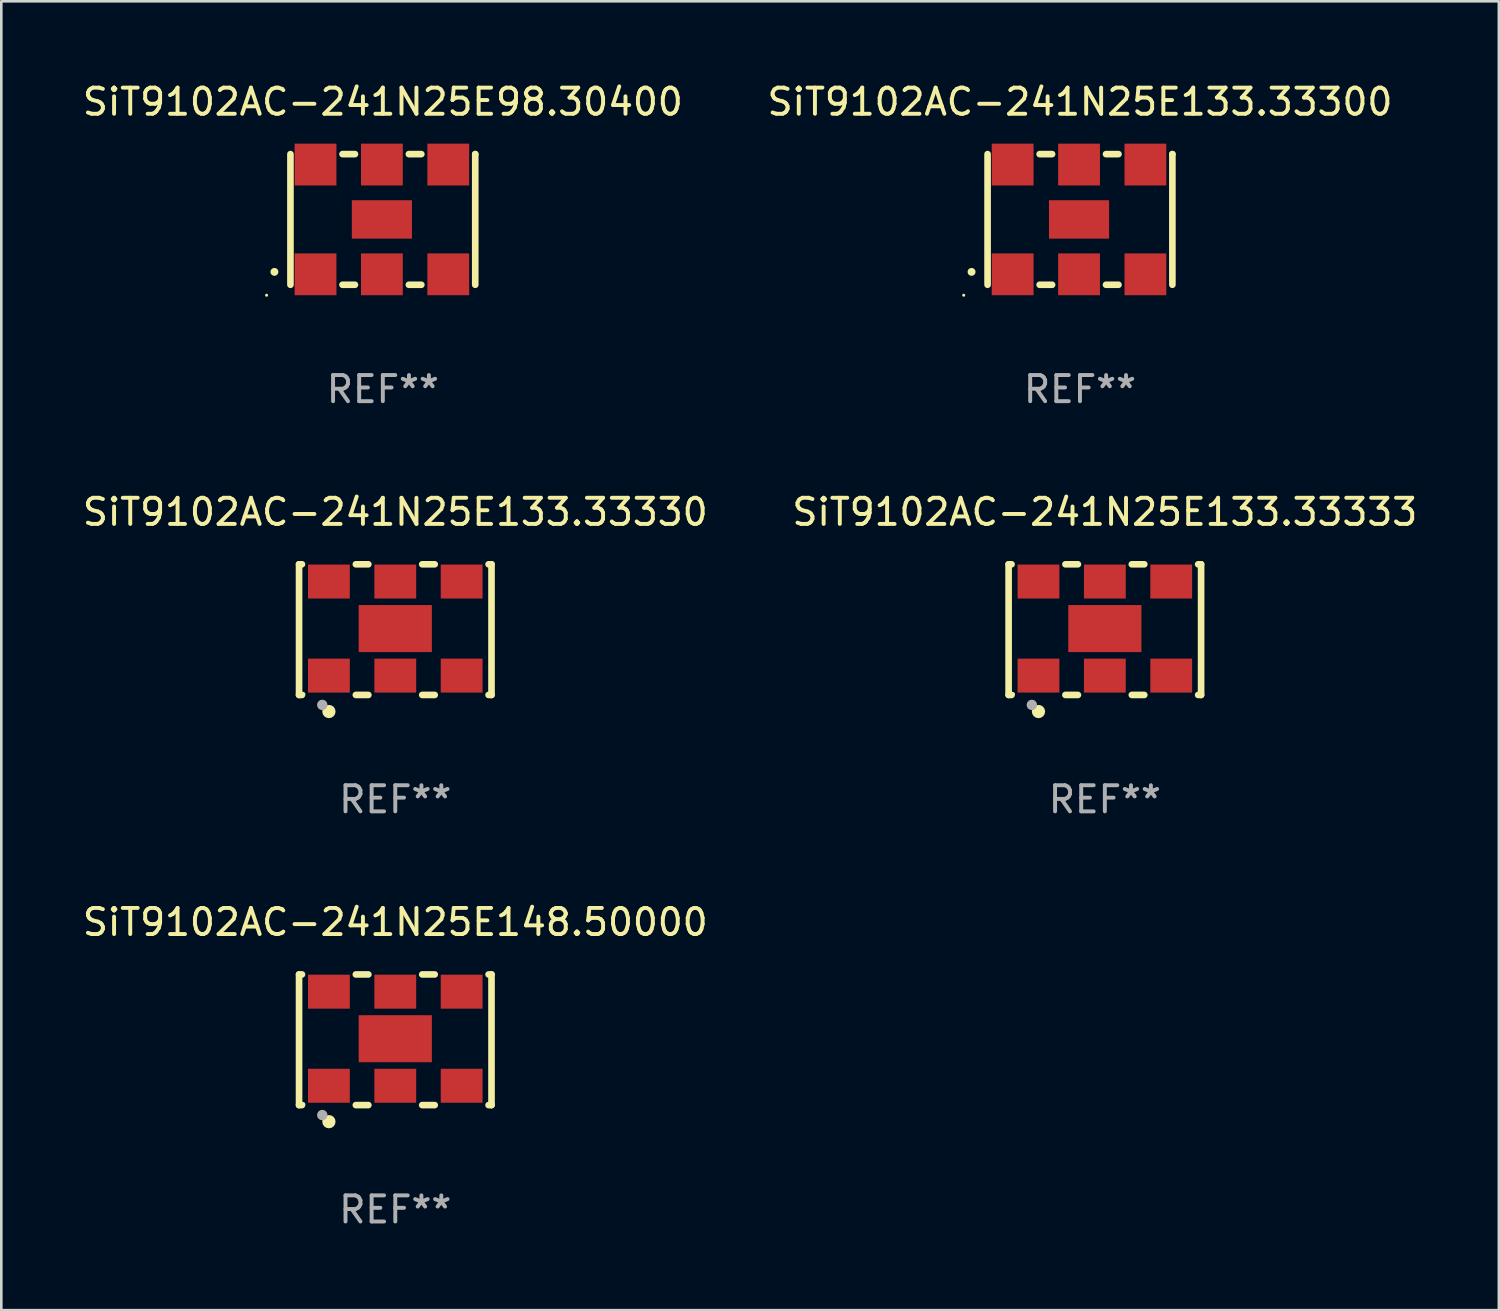
<source format=kicad_pcb>
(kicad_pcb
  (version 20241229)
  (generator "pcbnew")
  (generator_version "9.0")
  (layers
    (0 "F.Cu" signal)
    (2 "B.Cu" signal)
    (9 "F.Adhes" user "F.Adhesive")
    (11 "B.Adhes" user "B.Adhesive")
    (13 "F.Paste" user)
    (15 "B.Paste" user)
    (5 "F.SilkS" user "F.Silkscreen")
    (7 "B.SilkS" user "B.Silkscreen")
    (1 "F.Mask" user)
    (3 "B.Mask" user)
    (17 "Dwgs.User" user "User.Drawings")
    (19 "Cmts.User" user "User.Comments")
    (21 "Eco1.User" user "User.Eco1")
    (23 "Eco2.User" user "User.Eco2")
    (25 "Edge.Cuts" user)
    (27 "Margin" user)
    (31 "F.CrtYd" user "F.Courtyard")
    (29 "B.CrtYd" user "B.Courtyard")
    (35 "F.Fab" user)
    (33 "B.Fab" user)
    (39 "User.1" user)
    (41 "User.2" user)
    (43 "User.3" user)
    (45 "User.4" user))
  (footprint "SiT9102AC-241N25E148.50000"
    (layer "F.Cu")
    (at 12.077 36.741)
    (property "Reference" "SiT9102AC-241N25E148.50000" (at 0 -4.5 0) (layer "F.SilkS") (effects (font (size 1 1) (thickness 0.15))))
    (attr through_hole)
    (fp_line (start -3.683 -2.5) (end -3.571 -2.5) (stroke (width 0.254) (type solid)) (layer "F.SilkS"))
    (fp_line (start -3.683 2.5) (end -3.683 -2.5) (stroke (width 0.254) (type solid)) (layer "F.SilkS"))
    (fp_line (start -3.683 2.5) (end -3.571 2.5) (stroke (width 0.254) (type solid)) (layer "F.SilkS"))
    (fp_line (start -1.509 -2.5) (end -1.031 -2.5) (stroke (width 0.254) (type solid)) (layer "F.SilkS"))
    (fp_line (start -1.509 2.5) (end -1.031 2.5) (stroke (width 0.254) (type solid)) (layer "F.SilkS"))
    (fp_line (start 1.031 -2.5) (end 1.509 -2.5) (stroke (width 0.254) (type solid)) (layer "F.SilkS"))
    (fp_line (start 1.031 2.5) (end 1.509 2.5) (stroke (width 0.254) (type solid)) (layer "F.SilkS"))
    (fp_line (start 3.571 -2.5) (end 3.683 -2.5) (stroke (width 0.254) (type solid)) (layer "F.SilkS"))
    (fp_line (start 3.571 2.5) (end 3.683 2.5) (stroke (width 0.254) (type solid)) (layer "F.SilkS"))
    (fp_line (start 3.683 2.5) (end 3.683 -2.5) (stroke (width 0.254) (type solid)) (layer "F.SilkS"))
    (fp_circle (center -3.5 2.46) (end -3.47 2.46) (stroke (width 0.06) (type solid)) (fill no) (layer "F.SilkS"))
    (fp_circle (center -2.54 3.135) (end -2.413 3.135) (stroke (width 0.254) (type solid)) (fill no) (layer "F.SilkS"))
    (fp_circle (center -2.794 2.881) (end -2.694 2.881) (stroke (width 0.2) (type solid)) (fill no) (layer "F.Fab"))
    (fp_text user "REF**" (at 0 6.5 0) (layer "F.Fab") (effects (font (size 1 1) (thickness 0.15))))
    (pad "1" smd rect (at -2.54 1.76) (size 1.6 1.3) (layers "F.Cu" "F.Mask" "F.Paste"))
    (pad "2" smd rect (at 0 1.76) (size 1.6 1.3) (layers "F.Cu" "F.Mask" "F.Paste"))
    (pad "3" smd rect (at 2.54 1.76) (size 1.6 1.3) (layers "F.Cu" "F.Mask" "F.Paste"))
    (pad "4" smd rect (at 2.54 -1.84) (size 1.6 1.3) (layers "F.Cu" "F.Mask" "F.Paste"))
    (pad "5" smd rect (at 0 -1.84) (size 1.6 1.3) (layers "F.Cu" "F.Mask" "F.Paste"))
    (pad "6" smd rect (at -2.54 -1.84) (size 1.6 1.3) (layers "F.Cu" "F.Mask" "F.Paste"))
    (pad "7" smd rect (at 0 -0.04) (size 2.8 1.8) (layers "F.Cu" "F.Mask" "F.Paste")))
  (footprint "SiT9102AC-241N25E98.30400"
    (layer "F.Cu")
    (at 11.601 5.348)
    (property "Reference" "SiT9102AC-241N25E98.30400" (at 0 -4.5 0) (layer "F.SilkS") (effects (font (size 1 1) (thickness 0.15))))
    (attr through_hole)
    (fp_line (start -3.536 -2.5) (end -3.536 2.5) (stroke (width 0.254) (type solid)) (layer "F.SilkS"))
    (fp_line (start -1.544 2.5) (end -1.067 2.5) (stroke (width 0.254) (type solid)) (layer "F.SilkS"))
    (fp_line (start -1.067 -2.5) (end -1.544 -2.5) (stroke (width 0.254) (type solid)) (layer "F.SilkS"))
    (fp_line (start 0.996 2.5) (end 1.473 2.5) (stroke (width 0.254) (type solid)) (layer "F.SilkS"))
    (fp_line (start 1.473 -2.5) (end 0.996 -2.5) (stroke (width 0.254) (type solid)) (layer "F.SilkS"))
    (fp_line (start 3.536 -2.5) (end 3.536 -2.5) (stroke (width 0.254) (type solid)) (layer "F.SilkS"))
    (fp_line (start 3.536 2.5) (end 3.536 -2.5) (stroke (width 0.254) (type solid)) (layer "F.SilkS"))
    (fp_arc (start -4.150432 2.006604) (mid -4.149162 2.006599) (end -4.147892 2.006604) (stroke (width 0.3) (type solid)) (layer "F.SilkS"))
    (fp_circle (center -4.449 2.9) (end -4.419 2.9) (stroke (width 0.06) (type solid)) (fill no) (layer "F.SilkS"))
    (fp_text user "REF**" (at 0 6.5 0) (layer "F.Fab") (effects (font (size 1 1) (thickness 0.15))))
    (pad "1" smd rect (at -2.576 2.1) (size 1.6 1.6) (layers "F.Cu" "F.Mask" "F.Paste"))
    (pad "2" smd rect (at -0.036 2.1) (size 1.6 1.6) (layers "F.Cu" "F.Mask" "F.Paste"))
    (pad "3" smd rect (at 2.504 2.1) (size 1.6 1.6) (layers "F.Cu" "F.Mask" "F.Paste"))
    (pad "4" smd rect (at 2.504 -2.1) (size 1.6 1.6) (layers "F.Cu" "F.Mask" "F.Paste"))
    (pad "5" smd rect (at -0.036 -2.1) (size 1.6 1.6) (layers "F.Cu" "F.Mask" "F.Paste"))
    (pad "6" smd rect (at -2.576 -2.1) (size 1.6 1.6) (layers "F.Cu" "F.Mask" "F.Paste"))
    (pad "7" smd rect (at -0.036 0) (size 2.3 1.47) (layers "F.Cu" "F.Mask" "F.Paste")))
  (footprint "SiT9102AC-241N25E133.33333"
    (layer "F.Cu")
    (at 39.232 21.045)
    (property "Reference" "SiT9102AC-241N25E133.33333" (at 0 -4.5 0) (layer "F.SilkS") (effects (font (size 1 1) (thickness 0.15))))
    (attr through_hole)
    (fp_line (start -3.683 -2.5) (end -3.571 -2.5) (stroke (width 0.254) (type solid)) (layer "F.SilkS"))
    (fp_line (start -3.683 2.5) (end -3.683 -2.5) (stroke (width 0.254) (type solid)) (layer "F.SilkS"))
    (fp_line (start -3.683 2.5) (end -3.571 2.5) (stroke (width 0.254) (type solid)) (layer "F.SilkS"))
    (fp_line (start -1.509 -2.5) (end -1.031 -2.5) (stroke (width 0.254) (type solid)) (layer "F.SilkS"))
    (fp_line (start -1.509 2.5) (end -1.031 2.5) (stroke (width 0.254) (type solid)) (layer "F.SilkS"))
    (fp_line (start 1.031 -2.5) (end 1.509 -2.5) (stroke (width 0.254) (type solid)) (layer "F.SilkS"))
    (fp_line (start 1.031 2.5) (end 1.509 2.5) (stroke (width 0.254) (type solid)) (layer "F.SilkS"))
    (fp_line (start 3.571 -2.5) (end 3.683 -2.5) (stroke (width 0.254) (type solid)) (layer "F.SilkS"))
    (fp_line (start 3.571 2.5) (end 3.683 2.5) (stroke (width 0.254) (type solid)) (layer "F.SilkS"))
    (fp_line (start 3.683 2.5) (end 3.683 -2.5) (stroke (width 0.254) (type solid)) (layer "F.SilkS"))
    (fp_circle (center -3.5 2.46) (end -3.47 2.46) (stroke (width 0.06) (type solid)) (fill no) (layer "F.SilkS"))
    (fp_circle (center -2.54 3.135) (end -2.413 3.135) (stroke (width 0.254) (type solid)) (fill no) (layer "F.SilkS"))
    (fp_circle (center -2.794 2.881) (end -2.694 2.881) (stroke (width 0.2) (type solid)) (fill no) (layer "F.Fab"))
    (fp_text user "REF**" (at 0 6.5 0) (layer "F.Fab") (effects (font (size 1 1) (thickness 0.15))))
    (pad "1" smd rect (at -2.54 1.76) (size 1.6 1.3) (layers "F.Cu" "F.Mask" "F.Paste"))
    (pad "2" smd rect (at 0 1.76) (size 1.6 1.3) (layers "F.Cu" "F.Mask" "F.Paste"))
    (pad "3" smd rect (at 2.54 1.76) (size 1.6 1.3) (layers "F.Cu" "F.Mask" "F.Paste"))
    (pad "4" smd rect (at 2.54 -1.84) (size 1.6 1.3) (layers "F.Cu" "F.Mask" "F.Paste"))
    (pad "5" smd rect (at 0 -1.84) (size 1.6 1.3) (layers "F.Cu" "F.Mask" "F.Paste"))
    (pad "6" smd rect (at -2.54 -1.84) (size 1.6 1.3) (layers "F.Cu" "F.Mask" "F.Paste"))
    (pad "7" smd rect (at 0 -0.04) (size 2.8 1.8) (layers "F.Cu" "F.Mask" "F.Paste")))
  (footprint "SiT9102AC-241N25E133.33300"
    (layer "F.Cu")
    (at 38.28 5.348)
    (property "Reference" "SiT9102AC-241N25E133.33300" (at 0 -4.5 0) (layer "F.SilkS") (effects (font (size 1 1) (thickness 0.15))))
    (attr through_hole)
    (fp_line (start -3.536 -2.5) (end -3.536 2.5) (stroke (width 0.254) (type solid)) (layer "F.SilkS"))
    (fp_line (start -1.544 2.5) (end -1.067 2.5) (stroke (width 0.254) (type solid)) (layer "F.SilkS"))
    (fp_line (start -1.067 -2.5) (end -1.544 -2.5) (stroke (width 0.254) (type solid)) (layer "F.SilkS"))
    (fp_line (start 0.996 2.5) (end 1.473 2.5) (stroke (width 0.254) (type solid)) (layer "F.SilkS"))
    (fp_line (start 1.473 -2.5) (end 0.996 -2.5) (stroke (width 0.254) (type solid)) (layer "F.SilkS"))
    (fp_line (start 3.536 -2.5) (end 3.536 -2.5) (stroke (width 0.254) (type solid)) (layer "F.SilkS"))
    (fp_line (start 3.536 2.5) (end 3.536 -2.5) (stroke (width 0.254) (type solid)) (layer "F.SilkS"))
    (fp_arc (start -4.150432 2.006604) (mid -4.149162 2.006599) (end -4.147892 2.006604) (stroke (width 0.3) (type solid)) (layer "F.SilkS"))
    (fp_circle (center -4.449 2.9) (end -4.419 2.9) (stroke (width 0.06) (type solid)) (fill no) (layer "F.SilkS"))
    (fp_text user "REF**" (at 0 6.5 0) (layer "F.Fab") (effects (font (size 1 1) (thickness 0.15))))
    (pad "1" smd rect (at -2.576 2.1) (size 1.6 1.6) (layers "F.Cu" "F.Mask" "F.Paste"))
    (pad "2" smd rect (at -0.036 2.1) (size 1.6 1.6) (layers "F.Cu" "F.Mask" "F.Paste"))
    (pad "3" smd rect (at 2.504 2.1) (size 1.6 1.6) (layers "F.Cu" "F.Mask" "F.Paste"))
    (pad "4" smd rect (at 2.504 -2.1) (size 1.6 1.6) (layers "F.Cu" "F.Mask" "F.Paste"))
    (pad "5" smd rect (at -0.036 -2.1) (size 1.6 1.6) (layers "F.Cu" "F.Mask" "F.Paste"))
    (pad "6" smd rect (at -2.576 -2.1) (size 1.6 1.6) (layers "F.Cu" "F.Mask" "F.Paste"))
    (pad "7" smd rect (at -0.036 0) (size 2.3 1.47) (layers "F.Cu" "F.Mask" "F.Paste")))
  (footprint "SiT9102AC-241N25E133.33330"
    (layer "F.Cu")
    (at 12.077 21.045)
    (property "Reference" "SiT9102AC-241N25E133.33330" (at 0 -4.5 0) (layer "F.SilkS") (effects (font (size 1 1) (thickness 0.15))))
    (attr through_hole)
    (fp_line (start -3.683 -2.5) (end -3.571 -2.5) (stroke (width 0.254) (type solid)) (layer "F.SilkS"))
    (fp_line (start -3.683 2.5) (end -3.683 -2.5) (stroke (width 0.254) (type solid)) (layer "F.SilkS"))
    (fp_line (start -3.683 2.5) (end -3.571 2.5) (stroke (width 0.254) (type solid)) (layer "F.SilkS"))
    (fp_line (start -1.509 -2.5) (end -1.031 -2.5) (stroke (width 0.254) (type solid)) (layer "F.SilkS"))
    (fp_line (start -1.509 2.5) (end -1.031 2.5) (stroke (width 0.254) (type solid)) (layer "F.SilkS"))
    (fp_line (start 1.031 -2.5) (end 1.509 -2.5) (stroke (width 0.254) (type solid)) (layer "F.SilkS"))
    (fp_line (start 1.031 2.5) (end 1.509 2.5) (stroke (width 0.254) (type solid)) (layer "F.SilkS"))
    (fp_line (start 3.571 -2.5) (end 3.683 -2.5) (stroke (width 0.254) (type solid)) (layer "F.SilkS"))
    (fp_line (start 3.571 2.5) (end 3.683 2.5) (stroke (width 0.254) (type solid)) (layer "F.SilkS"))
    (fp_line (start 3.683 2.5) (end 3.683 -2.5) (stroke (width 0.254) (type solid)) (layer "F.SilkS"))
    (fp_circle (center -3.5 2.46) (end -3.47 2.46) (stroke (width 0.06) (type solid)) (fill no) (layer "F.SilkS"))
    (fp_circle (center -2.54 3.135) (end -2.413 3.135) (stroke (width 0.254) (type solid)) (fill no) (layer "F.SilkS"))
    (fp_circle (center -2.794 2.881) (end -2.694 2.881) (stroke (width 0.2) (type solid)) (fill no) (layer "F.Fab"))
    (fp_text user "REF**" (at 0 6.5 0) (layer "F.Fab") (effects (font (size 1 1) (thickness 0.15))))
    (pad "1" smd rect (at -2.54 1.76) (size 1.6 1.3) (layers "F.Cu" "F.Mask" "F.Paste"))
    (pad "2" smd rect (at 0 1.76) (size 1.6 1.3) (layers "F.Cu" "F.Mask" "F.Paste"))
    (pad "3" smd rect (at 2.54 1.76) (size 1.6 1.3) (layers "F.Cu" "F.Mask" "F.Paste"))
    (pad "4" smd rect (at 2.54 -1.84) (size 1.6 1.3) (layers "F.Cu" "F.Mask" "F.Paste"))
    (pad "5" smd rect (at 0 -1.84) (size 1.6 1.3) (layers "F.Cu" "F.Mask" "F.Paste"))
    (pad "6" smd rect (at -2.54 -1.84) (size 1.6 1.3) (layers "F.Cu" "F.Mask" "F.Paste"))
    (pad "7" smd rect (at 0 -0.04) (size 2.8 1.8) (layers "F.Cu" "F.Mask" "F.Paste")))
  (gr_rect
    (start -3 -3)
    (end 54.31 47.09)
    (stroke (width 0.1) (type default))
    (fill no)
    (layer "Edge.Cuts")))
</source>
